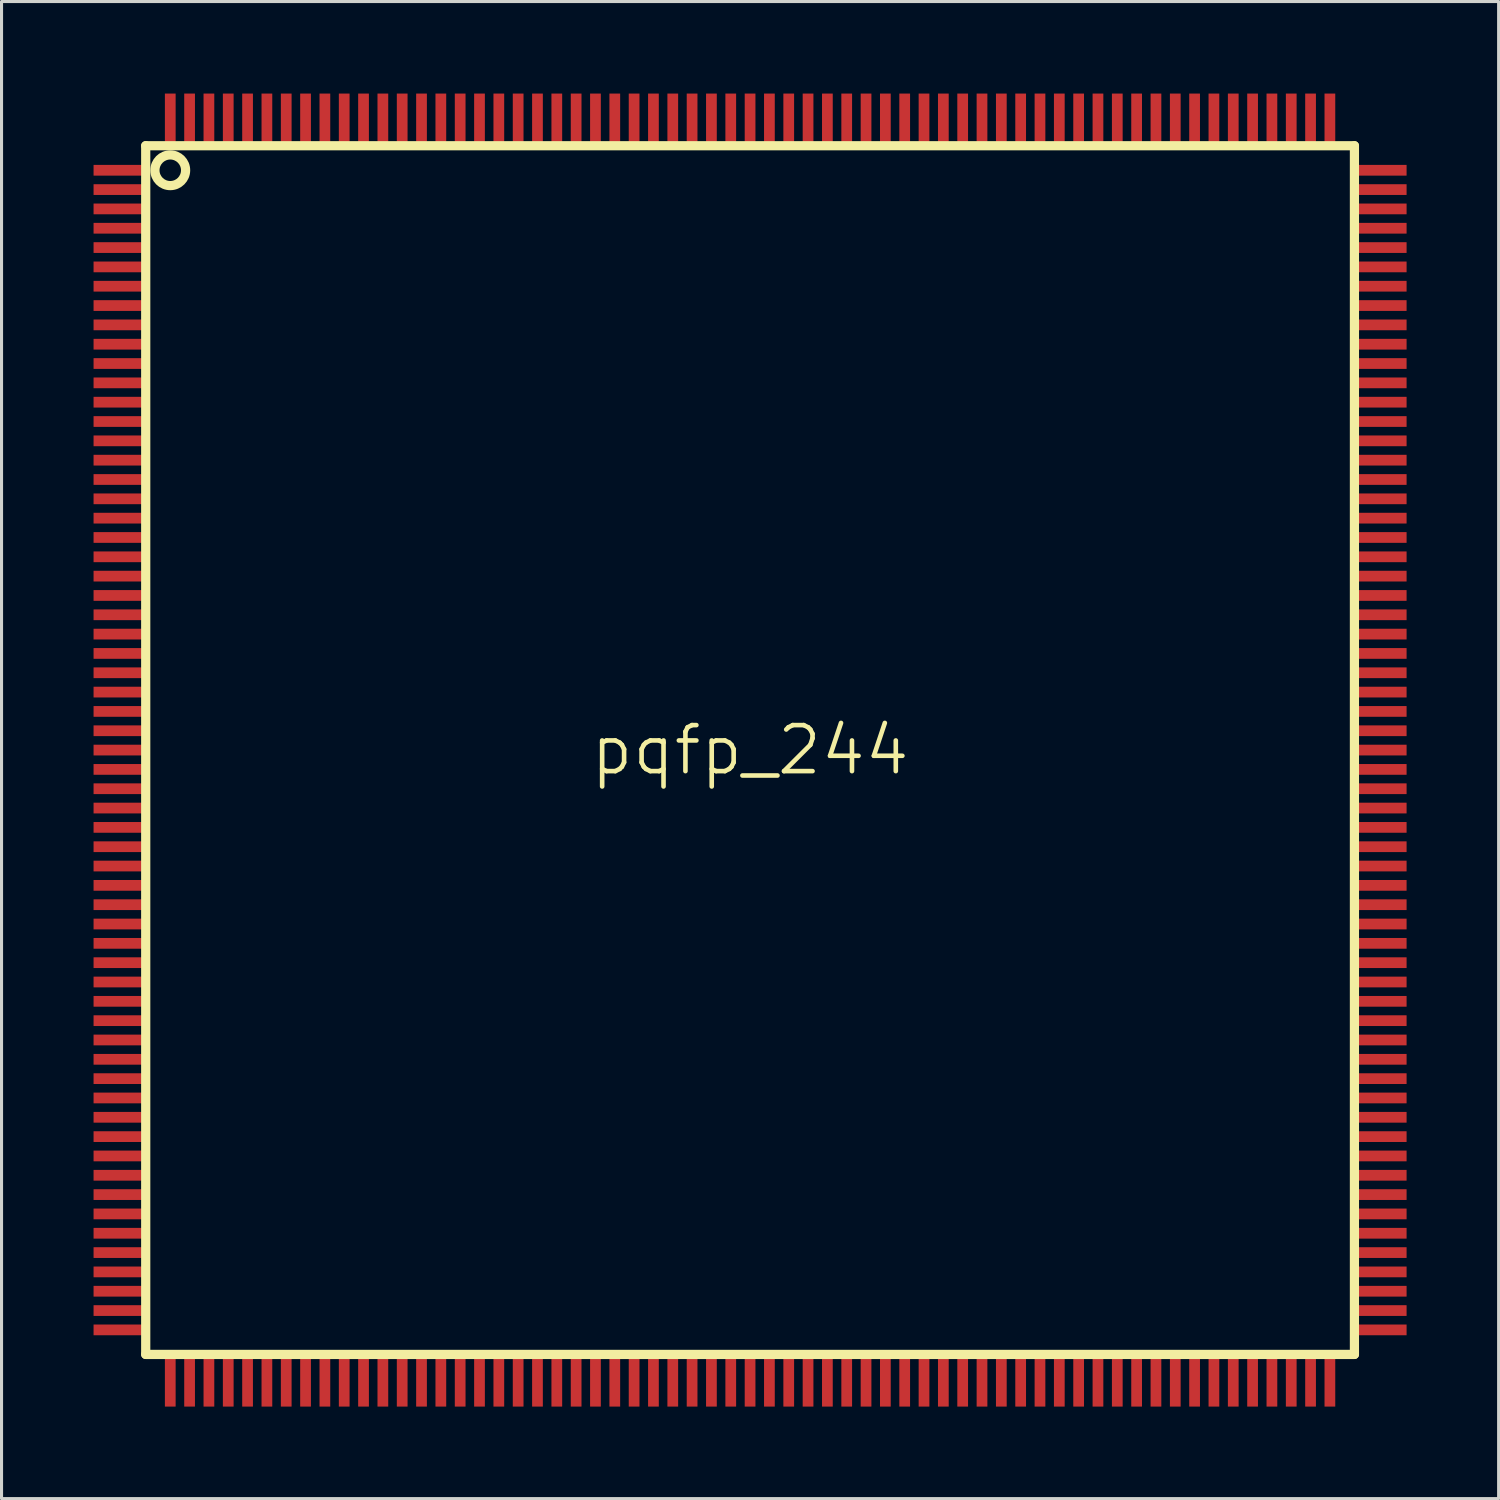
<source format=kicad_pcb>
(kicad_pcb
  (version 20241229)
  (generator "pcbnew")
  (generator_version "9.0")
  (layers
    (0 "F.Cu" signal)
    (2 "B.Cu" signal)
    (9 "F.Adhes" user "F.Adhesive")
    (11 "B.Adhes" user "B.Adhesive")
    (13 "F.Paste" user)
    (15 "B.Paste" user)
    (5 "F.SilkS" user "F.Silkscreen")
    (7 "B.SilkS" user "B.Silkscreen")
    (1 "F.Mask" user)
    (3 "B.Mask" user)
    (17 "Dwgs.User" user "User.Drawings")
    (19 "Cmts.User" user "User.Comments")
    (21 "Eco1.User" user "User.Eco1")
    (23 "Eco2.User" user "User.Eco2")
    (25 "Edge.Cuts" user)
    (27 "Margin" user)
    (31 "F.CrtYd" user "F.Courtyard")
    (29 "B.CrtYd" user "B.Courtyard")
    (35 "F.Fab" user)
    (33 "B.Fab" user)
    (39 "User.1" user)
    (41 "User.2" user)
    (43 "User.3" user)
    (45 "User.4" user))
  (footprint "pqfp_244"
    (layer "F.Cu")
    (at 21.4 21.4)
    (property "Reference" "pqfp_244" (at 0 0 0) (layer "F.SilkS") (effects (font (size 1.5 1.5) (thickness 0.15))))
    (attr through_hole)
    (fp_line (start -19.7 -19.7) (end 19.7 -19.7) (stroke (width 0.3) (type solid)) (layer "F.SilkS"))
    (fp_line (start -19.7 19.7) (end -19.7 -19.7) (stroke (width 0.3) (type solid)) (layer "F.SilkS"))
    (fp_line (start 19.7 -19.7) (end 19.7 19.7) (stroke (width 0.3) (type solid)) (layer "F.SilkS"))
    (fp_line (start 19.7 19.7) (end -19.7 19.7) (stroke (width 0.3) (type solid)) (layer "F.SilkS"))
    (fp_circle (center -18.9 -18.9) (end -18.4 -18.9) (stroke (width 0.3) (type solid)) (fill no) (layer "F.SilkS"))
    (pad "1" smd rect (at -20.5 -18.9 90) (size 0.35 1.8) (layers "F.Cu" "F.Mask" "F.Paste"))
    (pad "2" smd rect (at -20.5 -18.27 90) (size 0.35 1.8) (layers "F.Cu" "F.Mask" "F.Paste"))
    (pad "3" smd rect (at -20.5 -17.64 90) (size 0.35 1.8) (layers "F.Cu" "F.Mask" "F.Paste"))
    (pad "4" smd rect (at -20.5 -17.01 90) (size 0.35 1.8) (layers "F.Cu" "F.Mask" "F.Paste"))
    (pad "5" smd rect (at -20.5 -16.38 90) (size 0.35 1.8) (layers "F.Cu" "F.Mask" "F.Paste"))
    (pad "6" smd rect (at -20.5 -15.75 90) (size 0.35 1.8) (layers "F.Cu" "F.Mask" "F.Paste"))
    (pad "7" smd rect (at -20.5 -15.12 90) (size 0.35 1.8) (layers "F.Cu" "F.Mask" "F.Paste"))
    (pad "8" smd rect (at -20.5 -14.49 90) (size 0.35 1.8) (layers "F.Cu" "F.Mask" "F.Paste"))
    (pad "9" smd rect (at -20.5 -13.86 90) (size 0.35 1.8) (layers "F.Cu" "F.Mask" "F.Paste"))
    (pad "10" smd rect (at -20.5 -13.23 90) (size 0.35 1.8) (layers "F.Cu" "F.Mask" "F.Paste"))
    (pad "11" smd rect (at -20.5 -12.6 90) (size 0.35 1.8) (layers "F.Cu" "F.Mask" "F.Paste"))
    (pad "12" smd rect (at -20.5 -11.97 90) (size 0.35 1.8) (layers "F.Cu" "F.Mask" "F.Paste"))
    (pad "13" smd rect (at -20.5 -11.34 90) (size 0.35 1.8) (layers "F.Cu" "F.Mask" "F.Paste"))
    (pad "14" smd rect (at -20.5 -10.71 90) (size 0.35 1.8) (layers "F.Cu" "F.Mask" "F.Paste"))
    (pad "15" smd rect (at -20.5 -10.08 90) (size 0.35 1.8) (layers "F.Cu" "F.Mask" "F.Paste"))
    (pad "16" smd rect (at -20.5 -9.45 90) (size 0.35 1.8) (layers "F.Cu" "F.Mask" "F.Paste"))
    (pad "17" smd rect (at -20.5 -8.82 90) (size 0.35 1.8) (layers "F.Cu" "F.Mask" "F.Paste"))
    (pad "18" smd rect (at -20.5 -8.19 90) (size 0.35 1.8) (layers "F.Cu" "F.Mask" "F.Paste"))
    (pad "19" smd rect (at -20.5 -7.56 90) (size 0.35 1.8) (layers "F.Cu" "F.Mask" "F.Paste"))
    (pad "20" smd rect (at -20.5 -6.93 90) (size 0.35 1.8) (layers "F.Cu" "F.Mask" "F.Paste"))
    (pad "21" smd rect (at -20.5 -6.3 90) (size 0.35 1.8) (layers "F.Cu" "F.Mask" "F.Paste"))
    (pad "22" smd rect (at -20.5 -5.67 90) (size 0.35 1.8) (layers "F.Cu" "F.Mask" "F.Paste"))
    (pad "23" smd rect (at -20.5 -5.04 90) (size 0.35 1.8) (layers "F.Cu" "F.Mask" "F.Paste"))
    (pad "24" smd rect (at -20.5 -4.41 90) (size 0.35 1.8) (layers "F.Cu" "F.Mask" "F.Paste"))
    (pad "25" smd rect (at -20.5 -3.78 90) (size 0.35 1.8) (layers "F.Cu" "F.Mask" "F.Paste"))
    (pad "26" smd rect (at -20.5 -3.15 90) (size 0.35 1.8) (layers "F.Cu" "F.Mask" "F.Paste"))
    (pad "27" smd rect (at -20.5 -2.52 90) (size 0.35 1.8) (layers "F.Cu" "F.Mask" "F.Paste"))
    (pad "28" smd rect (at -20.5 -1.89 90) (size 0.35 1.8) (layers "F.Cu" "F.Mask" "F.Paste"))
    (pad "29" smd rect (at -20.5 -1.26 90) (size 0.35 1.8) (layers "F.Cu" "F.Mask" "F.Paste"))
    (pad "30" smd rect (at -20.5 -0.63 90) (size 0.35 1.8) (layers "F.Cu" "F.Mask" "F.Paste"))
    (pad "31" smd rect (at -20.5 0 90) (size 0.35 1.8) (layers "F.Cu" "F.Mask" "F.Paste"))
    (pad "32" smd rect (at -20.5 0.63 90) (size 0.35 1.8) (layers "F.Cu" "F.Mask" "F.Paste"))
    (pad "33" smd rect (at -20.5 1.26 90) (size 0.35 1.8) (layers "F.Cu" "F.Mask" "F.Paste"))
    (pad "34" smd rect (at -20.5 1.89 90) (size 0.35 1.8) (layers "F.Cu" "F.Mask" "F.Paste"))
    (pad "35" smd rect (at -20.5 2.52 90) (size 0.35 1.8) (layers "F.Cu" "F.Mask" "F.Paste"))
    (pad "36" smd rect (at -20.5 3.15 90) (size 0.35 1.8) (layers "F.Cu" "F.Mask" "F.Paste"))
    (pad "37" smd rect (at -20.5 3.78 90) (size 0.35 1.8) (layers "F.Cu" "F.Mask" "F.Paste"))
    (pad "38" smd rect (at -20.5 4.41 90) (size 0.35 1.8) (layers "F.Cu" "F.Mask" "F.Paste"))
    (pad "39" smd rect (at -20.5 5.04 90) (size 0.35 1.8) (layers "F.Cu" "F.Mask" "F.Paste"))
    (pad "40" smd rect (at -20.5 5.67 90) (size 0.35 1.8) (layers "F.Cu" "F.Mask" "F.Paste"))
    (pad "41" smd rect (at -20.5 6.3 90) (size 0.35 1.8) (layers "F.Cu" "F.Mask" "F.Paste"))
    (pad "42" smd rect (at -20.5 6.93 90) (size 0.35 1.8) (layers "F.Cu" "F.Mask" "F.Paste"))
    (pad "43" smd rect (at -20.5 7.56 90) (size 0.35 1.8) (layers "F.Cu" "F.Mask" "F.Paste"))
    (pad "44" smd rect (at -20.5 8.19 90) (size 0.35 1.8) (layers "F.Cu" "F.Mask" "F.Paste"))
    (pad "45" smd rect (at -20.5 8.82 90) (size 0.35 1.8) (layers "F.Cu" "F.Mask" "F.Paste"))
    (pad "46" smd rect (at -20.5 9.45 90) (size 0.35 1.8) (layers "F.Cu" "F.Mask" "F.Paste"))
    (pad "47" smd rect (at -20.5 10.08 90) (size 0.35 1.8) (layers "F.Cu" "F.Mask" "F.Paste"))
    (pad "48" smd rect (at -20.5 10.71 90) (size 0.35 1.8) (layers "F.Cu" "F.Mask" "F.Paste"))
    (pad "49" smd rect (at -20.5 11.34 90) (size 0.35 1.8) (layers "F.Cu" "F.Mask" "F.Paste"))
    (pad "50" smd rect (at -20.5 11.97 90) (size 0.35 1.8) (layers "F.Cu" "F.Mask" "F.Paste"))
    (pad "51" smd rect (at -20.5 12.6 90) (size 0.35 1.8) (layers "F.Cu" "F.Mask" "F.Paste"))
    (pad "52" smd rect (at -20.5 13.23 90) (size 0.35 1.8) (layers "F.Cu" "F.Mask" "F.Paste"))
    (pad "53" smd rect (at -20.5 13.86 90) (size 0.35 1.8) (layers "F.Cu" "F.Mask" "F.Paste"))
    (pad "54" smd rect (at -20.5 14.49 90) (size 0.35 1.8) (layers "F.Cu" "F.Mask" "F.Paste"))
    (pad "55" smd rect (at -20.5 15.12 90) (size 0.35 1.8) (layers "F.Cu" "F.Mask" "F.Paste"))
    (pad "56" smd rect (at -20.5 15.75 90) (size 0.35 1.8) (layers "F.Cu" "F.Mask" "F.Paste"))
    (pad "57" smd rect (at -20.5 16.38 90) (size 0.35 1.8) (layers "F.Cu" "F.Mask" "F.Paste"))
    (pad "58" smd rect (at -20.5 17.01 90) (size 0.35 1.8) (layers "F.Cu" "F.Mask" "F.Paste"))
    (pad "59" smd rect (at -20.5 17.64 90) (size 0.35 1.8) (layers "F.Cu" "F.Mask" "F.Paste"))
    (pad "60" smd rect (at -20.5 18.27 90) (size 0.35 1.8) (layers "F.Cu" "F.Mask" "F.Paste"))
    (pad "61" smd rect (at -20.5 18.9 90) (size 0.35 1.8) (layers "F.Cu" "F.Mask" "F.Paste"))
    (pad "62" smd rect (at -18.9 20.5) (size 0.35 1.8) (layers "F.Cu" "F.Mask" "F.Paste"))
    (pad "63" smd rect (at -18.27 20.5) (size 0.35 1.8) (layers "F.Cu" "F.Mask" "F.Paste"))
    (pad "64" smd rect (at -17.64 20.5) (size 0.35 1.8) (layers "F.Cu" "F.Mask" "F.Paste"))
    (pad "65" smd rect (at -17.01 20.5) (size 0.35 1.8) (layers "F.Cu" "F.Mask" "F.Paste"))
    (pad "66" smd rect (at -16.38 20.5) (size 0.35 1.8) (layers "F.Cu" "F.Mask" "F.Paste"))
    (pad "67" smd rect (at -15.75 20.5) (size 0.35 1.8) (layers "F.Cu" "F.Mask" "F.Paste"))
    (pad "68" smd rect (at -15.12 20.5) (size 0.35 1.8) (layers "F.Cu" "F.Mask" "F.Paste"))
    (pad "69" smd rect (at -14.49 20.5) (size 0.35 1.8) (layers "F.Cu" "F.Mask" "F.Paste"))
    (pad "70" smd rect (at -13.86 20.5) (size 0.35 1.8) (layers "F.Cu" "F.Mask" "F.Paste"))
    (pad "71" smd rect (at -13.23 20.5) (size 0.35 1.8) (layers "F.Cu" "F.Mask" "F.Paste"))
    (pad "72" smd rect (at -12.6 20.5) (size 0.35 1.8) (layers "F.Cu" "F.Mask" "F.Paste"))
    (pad "73" smd rect (at -11.97 20.5) (size 0.35 1.8) (layers "F.Cu" "F.Mask" "F.Paste"))
    (pad "74" smd rect (at -11.34 20.5) (size 0.35 1.8) (layers "F.Cu" "F.Mask" "F.Paste"))
    (pad "75" smd rect (at -10.71 20.5) (size 0.35 1.8) (layers "F.Cu" "F.Mask" "F.Paste"))
    (pad "76" smd rect (at -10.08 20.5) (size 0.35 1.8) (layers "F.Cu" "F.Mask" "F.Paste"))
    (pad "77" smd rect (at -9.45 20.5) (size 0.35 1.8) (layers "F.Cu" "F.Mask" "F.Paste"))
    (pad "78" smd rect (at -8.82 20.5) (size 0.35 1.8) (layers "F.Cu" "F.Mask" "F.Paste"))
    (pad "79" smd rect (at -8.19 20.5) (size 0.35 1.8) (layers "F.Cu" "F.Mask" "F.Paste"))
    (pad "80" smd rect (at -7.56 20.5) (size 0.35 1.8) (layers "F.Cu" "F.Mask" "F.Paste"))
    (pad "81" smd rect (at -6.93 20.5) (size 0.35 1.8) (layers "F.Cu" "F.Mask" "F.Paste"))
    (pad "82" smd rect (at -6.3 20.5) (size 0.35 1.8) (layers "F.Cu" "F.Mask" "F.Paste"))
    (pad "83" smd rect (at -5.67 20.5) (size 0.35 1.8) (layers "F.Cu" "F.Mask" "F.Paste"))
    (pad "84" smd rect (at -5.04 20.5) (size 0.35 1.8) (layers "F.Cu" "F.Mask" "F.Paste"))
    (pad "85" smd rect (at -4.41 20.5) (size 0.35 1.8) (layers "F.Cu" "F.Mask" "F.Paste"))
    (pad "86" smd rect (at -3.78 20.5) (size 0.35 1.8) (layers "F.Cu" "F.Mask" "F.Paste"))
    (pad "87" smd rect (at -3.15 20.5) (size 0.35 1.8) (layers "F.Cu" "F.Mask" "F.Paste"))
    (pad "88" smd rect (at -2.52 20.5) (size 0.35 1.8) (layers "F.Cu" "F.Mask" "F.Paste"))
    (pad "89" smd rect (at -1.89 20.5) (size 0.35 1.8) (layers "F.Cu" "F.Mask" "F.Paste"))
    (pad "90" smd rect (at -1.26 20.5) (size 0.35 1.8) (layers "F.Cu" "F.Mask" "F.Paste"))
    (pad "91" smd rect (at -0.63 20.5) (size 0.35 1.8) (layers "F.Cu" "F.Mask" "F.Paste"))
    (pad "92" smd rect (at 0 20.5) (size 0.35 1.8) (layers "F.Cu" "F.Mask" "F.Paste"))
    (pad "93" smd rect (at 0.63 20.5) (size 0.35 1.8) (layers "F.Cu" "F.Mask" "F.Paste"))
    (pad "94" smd rect (at 1.26 20.5) (size 0.35 1.8) (layers "F.Cu" "F.Mask" "F.Paste"))
    (pad "95" smd rect (at 1.89 20.5) (size 0.35 1.8) (layers "F.Cu" "F.Mask" "F.Paste"))
    (pad "96" smd rect (at 2.52 20.5) (size 0.35 1.8) (layers "F.Cu" "F.Mask" "F.Paste"))
    (pad "97" smd rect (at 3.15 20.5) (size 0.35 1.8) (layers "F.Cu" "F.Mask" "F.Paste"))
    (pad "98" smd rect (at 3.78 20.5) (size 0.35 1.8) (layers "F.Cu" "F.Mask" "F.Paste"))
    (pad "99" smd rect (at 4.41 20.5) (size 0.35 1.8) (layers "F.Cu" "F.Mask" "F.Paste"))
    (pad "100" smd rect (at 5.04 20.5) (size 0.35 1.8) (layers "F.Cu" "F.Mask" "F.Paste"))
    (pad "101" smd rect (at 5.67 20.5) (size 0.35 1.8) (layers "F.Cu" "F.Mask" "F.Paste"))
    (pad "102" smd rect (at 6.3 20.5) (size 0.35 1.8) (layers "F.Cu" "F.Mask" "F.Paste"))
    (pad "103" smd rect (at 6.93 20.5) (size 0.35 1.8) (layers "F.Cu" "F.Mask" "F.Paste"))
    (pad "104" smd rect (at 7.56 20.5) (size 0.35 1.8) (layers "F.Cu" "F.Mask" "F.Paste"))
    (pad "105" smd rect (at 8.19 20.5) (size 0.35 1.8) (layers "F.Cu" "F.Mask" "F.Paste"))
    (pad "106" smd rect (at 8.82 20.5) (size 0.35 1.8) (layers "F.Cu" "F.Mask" "F.Paste"))
    (pad "107" smd rect (at 9.45 20.5) (size 0.35 1.8) (layers "F.Cu" "F.Mask" "F.Paste"))
    (pad "108" smd rect (at 10.08 20.5) (size 0.35 1.8) (layers "F.Cu" "F.Mask" "F.Paste"))
    (pad "109" smd rect (at 10.71 20.5) (size 0.35 1.8) (layers "F.Cu" "F.Mask" "F.Paste"))
    (pad "110" smd rect (at 11.34 20.5) (size 0.35 1.8) (layers "F.Cu" "F.Mask" "F.Paste"))
    (pad "111" smd rect (at 11.97 20.5) (size 0.35 1.8) (layers "F.Cu" "F.Mask" "F.Paste"))
    (pad "112" smd rect (at 12.6 20.5) (size 0.35 1.8) (layers "F.Cu" "F.Mask" "F.Paste"))
    (pad "113" smd rect (at 13.23 20.5) (size 0.35 1.8) (layers "F.Cu" "F.Mask" "F.Paste"))
    (pad "114" smd rect (at 13.86 20.5) (size 0.35 1.8) (layers "F.Cu" "F.Mask" "F.Paste"))
    (pad "115" smd rect (at 14.49 20.5) (size 0.35 1.8) (layers "F.Cu" "F.Mask" "F.Paste"))
    (pad "116" smd rect (at 15.12 20.5) (size 0.35 1.8) (layers "F.Cu" "F.Mask" "F.Paste"))
    (pad "117" smd rect (at 15.75 20.5) (size 0.35 1.8) (layers "F.Cu" "F.Mask" "F.Paste"))
    (pad "118" smd rect (at 16.38 20.5) (size 0.35 1.8) (layers "F.Cu" "F.Mask" "F.Paste"))
    (pad "119" smd rect (at 17.01 20.5) (size 0.35 1.8) (layers "F.Cu" "F.Mask" "F.Paste"))
    (pad "120" smd rect (at 17.64 20.5) (size 0.35 1.8) (layers "F.Cu" "F.Mask" "F.Paste"))
    (pad "121" smd rect (at 18.27 20.5) (size 0.35 1.8) (layers "F.Cu" "F.Mask" "F.Paste"))
    (pad "122" smd rect (at 18.9 20.5) (size 0.35 1.8) (layers "F.Cu" "F.Mask" "F.Paste"))
    (pad "123" smd rect (at 20.5 18.9 90) (size 0.35 1.8) (layers "F.Cu" "F.Mask" "F.Paste"))
    (pad "124" smd rect (at 20.5 18.27 90) (size 0.35 1.8) (layers "F.Cu" "F.Mask" "F.Paste"))
    (pad "125" smd rect (at 20.5 17.64 90) (size 0.35 1.8) (layers "F.Cu" "F.Mask" "F.Paste"))
    (pad "126" smd rect (at 20.5 17.01 90) (size 0.35 1.8) (layers "F.Cu" "F.Mask" "F.Paste"))
    (pad "127" smd rect (at 20.5 16.38 90) (size 0.35 1.8) (layers "F.Cu" "F.Mask" "F.Paste"))
    (pad "128" smd rect (at 20.5 15.75 90) (size 0.35 1.8) (layers "F.Cu" "F.Mask" "F.Paste"))
    (pad "129" smd rect (at 20.5 15.12 90) (size 0.35 1.8) (layers "F.Cu" "F.Mask" "F.Paste"))
    (pad "130" smd rect (at 20.5 14.49 90) (size 0.35 1.8) (layers "F.Cu" "F.Mask" "F.Paste"))
    (pad "131" smd rect (at 20.5 13.86 90) (size 0.35 1.8) (layers "F.Cu" "F.Mask" "F.Paste"))
    (pad "132" smd rect (at 20.5 13.23 90) (size 0.35 1.8) (layers "F.Cu" "F.Mask" "F.Paste"))
    (pad "133" smd rect (at 20.5 12.6 90) (size 0.35 1.8) (layers "F.Cu" "F.Mask" "F.Paste"))
    (pad "134" smd rect (at 20.5 11.97 90) (size 0.35 1.8) (layers "F.Cu" "F.Mask" "F.Paste"))
    (pad "135" smd rect (at 20.5 11.34 90) (size 0.35 1.8) (layers "F.Cu" "F.Mask" "F.Paste"))
    (pad "136" smd rect (at 20.5 10.71 90) (size 0.35 1.8) (layers "F.Cu" "F.Mask" "F.Paste"))
    (pad "137" smd rect (at 20.5 10.08 90) (size 0.35 1.8) (layers "F.Cu" "F.Mask" "F.Paste"))
    (pad "138" smd rect (at 20.5 9.45 90) (size 0.35 1.8) (layers "F.Cu" "F.Mask" "F.Paste"))
    (pad "139" smd rect (at 20.5 8.82 90) (size 0.35 1.8) (layers "F.Cu" "F.Mask" "F.Paste"))
    (pad "140" smd rect (at 20.5 8.19 90) (size 0.35 1.8) (layers "F.Cu" "F.Mask" "F.Paste"))
    (pad "141" smd rect (at 20.5 7.56 90) (size 0.35 1.8) (layers "F.Cu" "F.Mask" "F.Paste"))
    (pad "142" smd rect (at 20.5 6.93 90) (size 0.35 1.8) (layers "F.Cu" "F.Mask" "F.Paste"))
    (pad "143" smd rect (at 20.5 6.3 90) (size 0.35 1.8) (layers "F.Cu" "F.Mask" "F.Paste"))
    (pad "144" smd rect (at 20.5 5.67 90) (size 0.35 1.8) (layers "F.Cu" "F.Mask" "F.Paste"))
    (pad "145" smd rect (at 20.5 5.04 90) (size 0.35 1.8) (layers "F.Cu" "F.Mask" "F.Paste"))
    (pad "146" smd rect (at 20.5 4.41 90) (size 0.35 1.8) (layers "F.Cu" "F.Mask" "F.Paste"))
    (pad "147" smd rect (at 20.5 3.78 90) (size 0.35 1.8) (layers "F.Cu" "F.Mask" "F.Paste"))
    (pad "148" smd rect (at 20.5 3.15 90) (size 0.35 1.8) (layers "F.Cu" "F.Mask" "F.Paste"))
    (pad "149" smd rect (at 20.5 2.52 90) (size 0.35 1.8) (layers "F.Cu" "F.Mask" "F.Paste"))
    (pad "150" smd rect (at 20.5 1.89 90) (size 0.35 1.8) (layers "F.Cu" "F.Mask" "F.Paste"))
    (pad "151" smd rect (at 20.5 1.26 90) (size 0.35 1.8) (layers "F.Cu" "F.Mask" "F.Paste"))
    (pad "152" smd rect (at 20.5 0.63 90) (size 0.35 1.8) (layers "F.Cu" "F.Mask" "F.Paste"))
    (pad "153" smd rect (at 20.5 0 90) (size 0.35 1.8) (layers "F.Cu" "F.Mask" "F.Paste"))
    (pad "154" smd rect (at 20.5 -0.63 90) (size 0.35 1.8) (layers "F.Cu" "F.Mask" "F.Paste"))
    (pad "155" smd rect (at 20.5 -1.26 90) (size 0.35 1.8) (layers "F.Cu" "F.Mask" "F.Paste"))
    (pad "156" smd rect (at 20.5 -1.89 90) (size 0.35 1.8) (layers "F.Cu" "F.Mask" "F.Paste"))
    (pad "157" smd rect (at 20.5 -2.52 90) (size 0.35 1.8) (layers "F.Cu" "F.Mask" "F.Paste"))
    (pad "158" smd rect (at 20.5 -3.15 90) (size 0.35 1.8) (layers "F.Cu" "F.Mask" "F.Paste"))
    (pad "159" smd rect (at 20.5 -3.78 90) (size 0.35 1.8) (layers "F.Cu" "F.Mask" "F.Paste"))
    (pad "160" smd rect (at 20.5 -4.41 90) (size 0.35 1.8) (layers "F.Cu" "F.Mask" "F.Paste"))
    (pad "161" smd rect (at 20.5 -5.04 90) (size 0.35 1.8) (layers "F.Cu" "F.Mask" "F.Paste"))
    (pad "162" smd rect (at 20.5 -5.67 90) (size 0.35 1.8) (layers "F.Cu" "F.Mask" "F.Paste"))
    (pad "163" smd rect (at 20.5 -6.3 90) (size 0.35 1.8) (layers "F.Cu" "F.Mask" "F.Paste"))
    (pad "164" smd rect (at 20.5 -6.93 90) (size 0.35 1.8) (layers "F.Cu" "F.Mask" "F.Paste"))
    (pad "165" smd rect (at 20.5 -7.56 90) (size 0.35 1.8) (layers "F.Cu" "F.Mask" "F.Paste"))
    (pad "166" smd rect (at 20.5 -8.19 90) (size 0.35 1.8) (layers "F.Cu" "F.Mask" "F.Paste"))
    (pad "167" smd rect (at 20.5 -8.82 90) (size 0.35 1.8) (layers "F.Cu" "F.Mask" "F.Paste"))
    (pad "168" smd rect (at 20.5 -9.45 90) (size 0.35 1.8) (layers "F.Cu" "F.Mask" "F.Paste"))
    (pad "169" smd rect (at 20.5 -10.08 90) (size 0.35 1.8) (layers "F.Cu" "F.Mask" "F.Paste"))
    (pad "170" smd rect (at 20.5 -10.71 90) (size 0.35 1.8) (layers "F.Cu" "F.Mask" "F.Paste"))
    (pad "171" smd rect (at 20.5 -11.34 90) (size 0.35 1.8) (layers "F.Cu" "F.Mask" "F.Paste"))
    (pad "172" smd rect (at 20.5 -11.97 90) (size 0.35 1.8) (layers "F.Cu" "F.Mask" "F.Paste"))
    (pad "173" smd rect (at 20.5 -12.6 90) (size 0.35 1.8) (layers "F.Cu" "F.Mask" "F.Paste"))
    (pad "174" smd rect (at 20.5 -13.23 90) (size 0.35 1.8) (layers "F.Cu" "F.Mask" "F.Paste"))
    (pad "175" smd rect (at 20.5 -13.86 90) (size 0.35 1.8) (layers "F.Cu" "F.Mask" "F.Paste"))
    (pad "176" smd rect (at 20.5 -14.49 90) (size 0.35 1.8) (layers "F.Cu" "F.Mask" "F.Paste"))
    (pad "177" smd rect (at 20.5 -15.12 90) (size 0.35 1.8) (layers "F.Cu" "F.Mask" "F.Paste"))
    (pad "178" smd rect (at 20.5 -15.75 90) (size 0.35 1.8) (layers "F.Cu" "F.Mask" "F.Paste"))
    (pad "179" smd rect (at 20.5 -16.38 90) (size 0.35 1.8) (layers "F.Cu" "F.Mask" "F.Paste"))
    (pad "180" smd rect (at 20.5 -17.01 90) (size 0.35 1.8) (layers "F.Cu" "F.Mask" "F.Paste"))
    (pad "181" smd rect (at 20.5 -17.64 90) (size 0.35 1.8) (layers "F.Cu" "F.Mask" "F.Paste"))
    (pad "182" smd rect (at 20.5 -18.27 90) (size 0.35 1.8) (layers "F.Cu" "F.Mask" "F.Paste"))
    (pad "183" smd rect (at 20.5 -18.9 90) (size 0.35 1.8) (layers "F.Cu" "F.Mask" "F.Paste"))
    (pad "184" smd rect (at 18.9 -20.5) (size 0.35 1.8) (layers "F.Cu" "F.Mask" "F.Paste"))
    (pad "185" smd rect (at 18.27 -20.5) (size 0.35 1.8) (layers "F.Cu" "F.Mask" "F.Paste"))
    (pad "186" smd rect (at 17.64 -20.5) (size 0.35 1.8) (layers "F.Cu" "F.Mask" "F.Paste"))
    (pad "187" smd rect (at 17.01 -20.5) (size 0.35 1.8) (layers "F.Cu" "F.Mask" "F.Paste"))
    (pad "188" smd rect (at 16.38 -20.5) (size 0.35 1.8) (layers "F.Cu" "F.Mask" "F.Paste"))
    (pad "189" smd rect (at 15.75 -20.5) (size 0.35 1.8) (layers "F.Cu" "F.Mask" "F.Paste"))
    (pad "190" smd rect (at 15.12 -20.5) (size 0.35 1.8) (layers "F.Cu" "F.Mask" "F.Paste"))
    (pad "191" smd rect (at 14.49 -20.5) (size 0.35 1.8) (layers "F.Cu" "F.Mask" "F.Paste"))
    (pad "192" smd rect (at 13.86 -20.5) (size 0.35 1.8) (layers "F.Cu" "F.Mask" "F.Paste"))
    (pad "193" smd rect (at 13.23 -20.5) (size 0.35 1.8) (layers "F.Cu" "F.Mask" "F.Paste"))
    (pad "194" smd rect (at 12.6 -20.5) (size 0.35 1.8) (layers "F.Cu" "F.Mask" "F.Paste"))
    (pad "195" smd rect (at 11.97 -20.5) (size 0.35 1.8) (layers "F.Cu" "F.Mask" "F.Paste"))
    (pad "196" smd rect (at 11.34 -20.5) (size 0.35 1.8) (layers "F.Cu" "F.Mask" "F.Paste"))
    (pad "197" smd rect (at 10.71 -20.5) (size 0.35 1.8) (layers "F.Cu" "F.Mask" "F.Paste"))
    (pad "198" smd rect (at 10.08 -20.5) (size 0.35 1.8) (layers "F.Cu" "F.Mask" "F.Paste"))
    (pad "199" smd rect (at 9.45 -20.5) (size 0.35 1.8) (layers "F.Cu" "F.Mask" "F.Paste"))
    (pad "200" smd rect (at 8.82 -20.5) (size 0.35 1.8) (layers "F.Cu" "F.Mask" "F.Paste"))
    (pad "201" smd rect (at 8.19 -20.5) (size 0.35 1.8) (layers "F.Cu" "F.Mask" "F.Paste"))
    (pad "202" smd rect (at 7.56 -20.5) (size 0.35 1.8) (layers "F.Cu" "F.Mask" "F.Paste"))
    (pad "203" smd rect (at 6.93 -20.5) (size 0.35 1.8) (layers "F.Cu" "F.Mask" "F.Paste"))
    (pad "204" smd rect (at 6.3 -20.5) (size 0.35 1.8) (layers "F.Cu" "F.Mask" "F.Paste"))
    (pad "205" smd rect (at 5.67 -20.5) (size 0.35 1.8) (layers "F.Cu" "F.Mask" "F.Paste"))
    (pad "206" smd rect (at 5.04 -20.5) (size 0.35 1.8) (layers "F.Cu" "F.Mask" "F.Paste"))
    (pad "207" smd rect (at 4.41 -20.5) (size 0.35 1.8) (layers "F.Cu" "F.Mask" "F.Paste"))
    (pad "208" smd rect (at 3.78 -20.5) (size 0.35 1.8) (layers "F.Cu" "F.Mask" "F.Paste"))
    (pad "209" smd rect (at 3.15 -20.5) (size 0.35 1.8) (layers "F.Cu" "F.Mask" "F.Paste"))
    (pad "210" smd rect (at 2.52 -20.5) (size 0.35 1.8) (layers "F.Cu" "F.Mask" "F.Paste"))
    (pad "211" smd rect (at 1.89 -20.5) (size 0.35 1.8) (layers "F.Cu" "F.Mask" "F.Paste"))
    (pad "212" smd rect (at 1.26 -20.5) (size 0.35 1.8) (layers "F.Cu" "F.Mask" "F.Paste"))
    (pad "213" smd rect (at 0.63 -20.5) (size 0.35 1.8) (layers "F.Cu" "F.Mask" "F.Paste"))
    (pad "214" smd rect (at 0 -20.5) (size 0.35 1.8) (layers "F.Cu" "F.Mask" "F.Paste"))
    (pad "215" smd rect (at -0.63 -20.5) (size 0.35 1.8) (layers "F.Cu" "F.Mask" "F.Paste"))
    (pad "216" smd rect (at -1.26 -20.5) (size 0.35 1.8) (layers "F.Cu" "F.Mask" "F.Paste"))
    (pad "217" smd rect (at -1.89 -20.5) (size 0.35 1.8) (layers "F.Cu" "F.Mask" "F.Paste"))
    (pad "218" smd rect (at -2.52 -20.5) (size 0.35 1.8) (layers "F.Cu" "F.Mask" "F.Paste"))
    (pad "219" smd rect (at -3.15 -20.5) (size 0.35 1.8) (layers "F.Cu" "F.Mask" "F.Paste"))
    (pad "220" smd rect (at -3.78 -20.5) (size 0.35 1.8) (layers "F.Cu" "F.Mask" "F.Paste"))
    (pad "221" smd rect (at -4.41 -20.5) (size 0.35 1.8) (layers "F.Cu" "F.Mask" "F.Paste"))
    (pad "222" smd rect (at -5.04 -20.5) (size 0.35 1.8) (layers "F.Cu" "F.Mask" "F.Paste"))
    (pad "223" smd rect (at -5.67 -20.5) (size 0.35 1.8) (layers "F.Cu" "F.Mask" "F.Paste"))
    (pad "224" smd rect (at -6.3 -20.5) (size 0.35 1.8) (layers "F.Cu" "F.Mask" "F.Paste"))
    (pad "225" smd rect (at -6.93 -20.5) (size 0.35 1.8) (layers "F.Cu" "F.Mask" "F.Paste"))
    (pad "226" smd rect (at -7.56 -20.5) (size 0.35 1.8) (layers "F.Cu" "F.Mask" "F.Paste"))
    (pad "227" smd rect (at -8.19 -20.5) (size 0.35 1.8) (layers "F.Cu" "F.Mask" "F.Paste"))
    (pad "228" smd rect (at -8.82 -20.5) (size 0.35 1.8) (layers "F.Cu" "F.Mask" "F.Paste"))
    (pad "229" smd rect (at -9.45 -20.5) (size 0.35 1.8) (layers "F.Cu" "F.Mask" "F.Paste"))
    (pad "230" smd rect (at -10.08 -20.5) (size 0.35 1.8) (layers "F.Cu" "F.Mask" "F.Paste"))
    (pad "231" smd rect (at -10.71 -20.5) (size 0.35 1.8) (layers "F.Cu" "F.Mask" "F.Paste"))
    (pad "232" smd rect (at -11.34 -20.5) (size 0.35 1.8) (layers "F.Cu" "F.Mask" "F.Paste"))
    (pad "233" smd rect (at -11.97 -20.5) (size 0.35 1.8) (layers "F.Cu" "F.Mask" "F.Paste"))
    (pad "234" smd rect (at -12.6 -20.5) (size 0.35 1.8) (layers "F.Cu" "F.Mask" "F.Paste"))
    (pad "235" smd rect (at -13.23 -20.5) (size 0.35 1.8) (layers "F.Cu" "F.Mask" "F.Paste"))
    (pad "236" smd rect (at -13.86 -20.5) (size 0.35 1.8) (layers "F.Cu" "F.Mask" "F.Paste"))
    (pad "237" smd rect (at -14.49 -20.5) (size 0.35 1.8) (layers "F.Cu" "F.Mask" "F.Paste"))
    (pad "238" smd rect (at -15.12 -20.5) (size 0.35 1.8) (layers "F.Cu" "F.Mask" "F.Paste"))
    (pad "239" smd rect (at -15.75 -20.5) (size 0.35 1.8) (layers "F.Cu" "F.Mask" "F.Paste"))
    (pad "240" smd rect (at -16.38 -20.5) (size 0.35 1.8) (layers "F.Cu" "F.Mask" "F.Paste"))
    (pad "241" smd rect (at -17.01 -20.5) (size 0.35 1.8) (layers "F.Cu" "F.Mask" "F.Paste"))
    (pad "242" smd rect (at -17.64 -20.5) (size 0.35 1.8) (layers "F.Cu" "F.Mask" "F.Paste"))
    (pad "243" smd rect (at -18.27 -20.5) (size 0.35 1.8) (layers "F.Cu" "F.Mask" "F.Paste"))
    (pad "244" smd rect (at -18.9 -20.5) (size 0.35 1.8) (layers "F.Cu" "F.Mask" "F.Paste")))
  (gr_rect
    (start -3 -3)
    (end 45.8 45.8)
    (stroke (width 0.1) (type default))
    (fill no)
    (layer "Edge.Cuts")))
</source>
